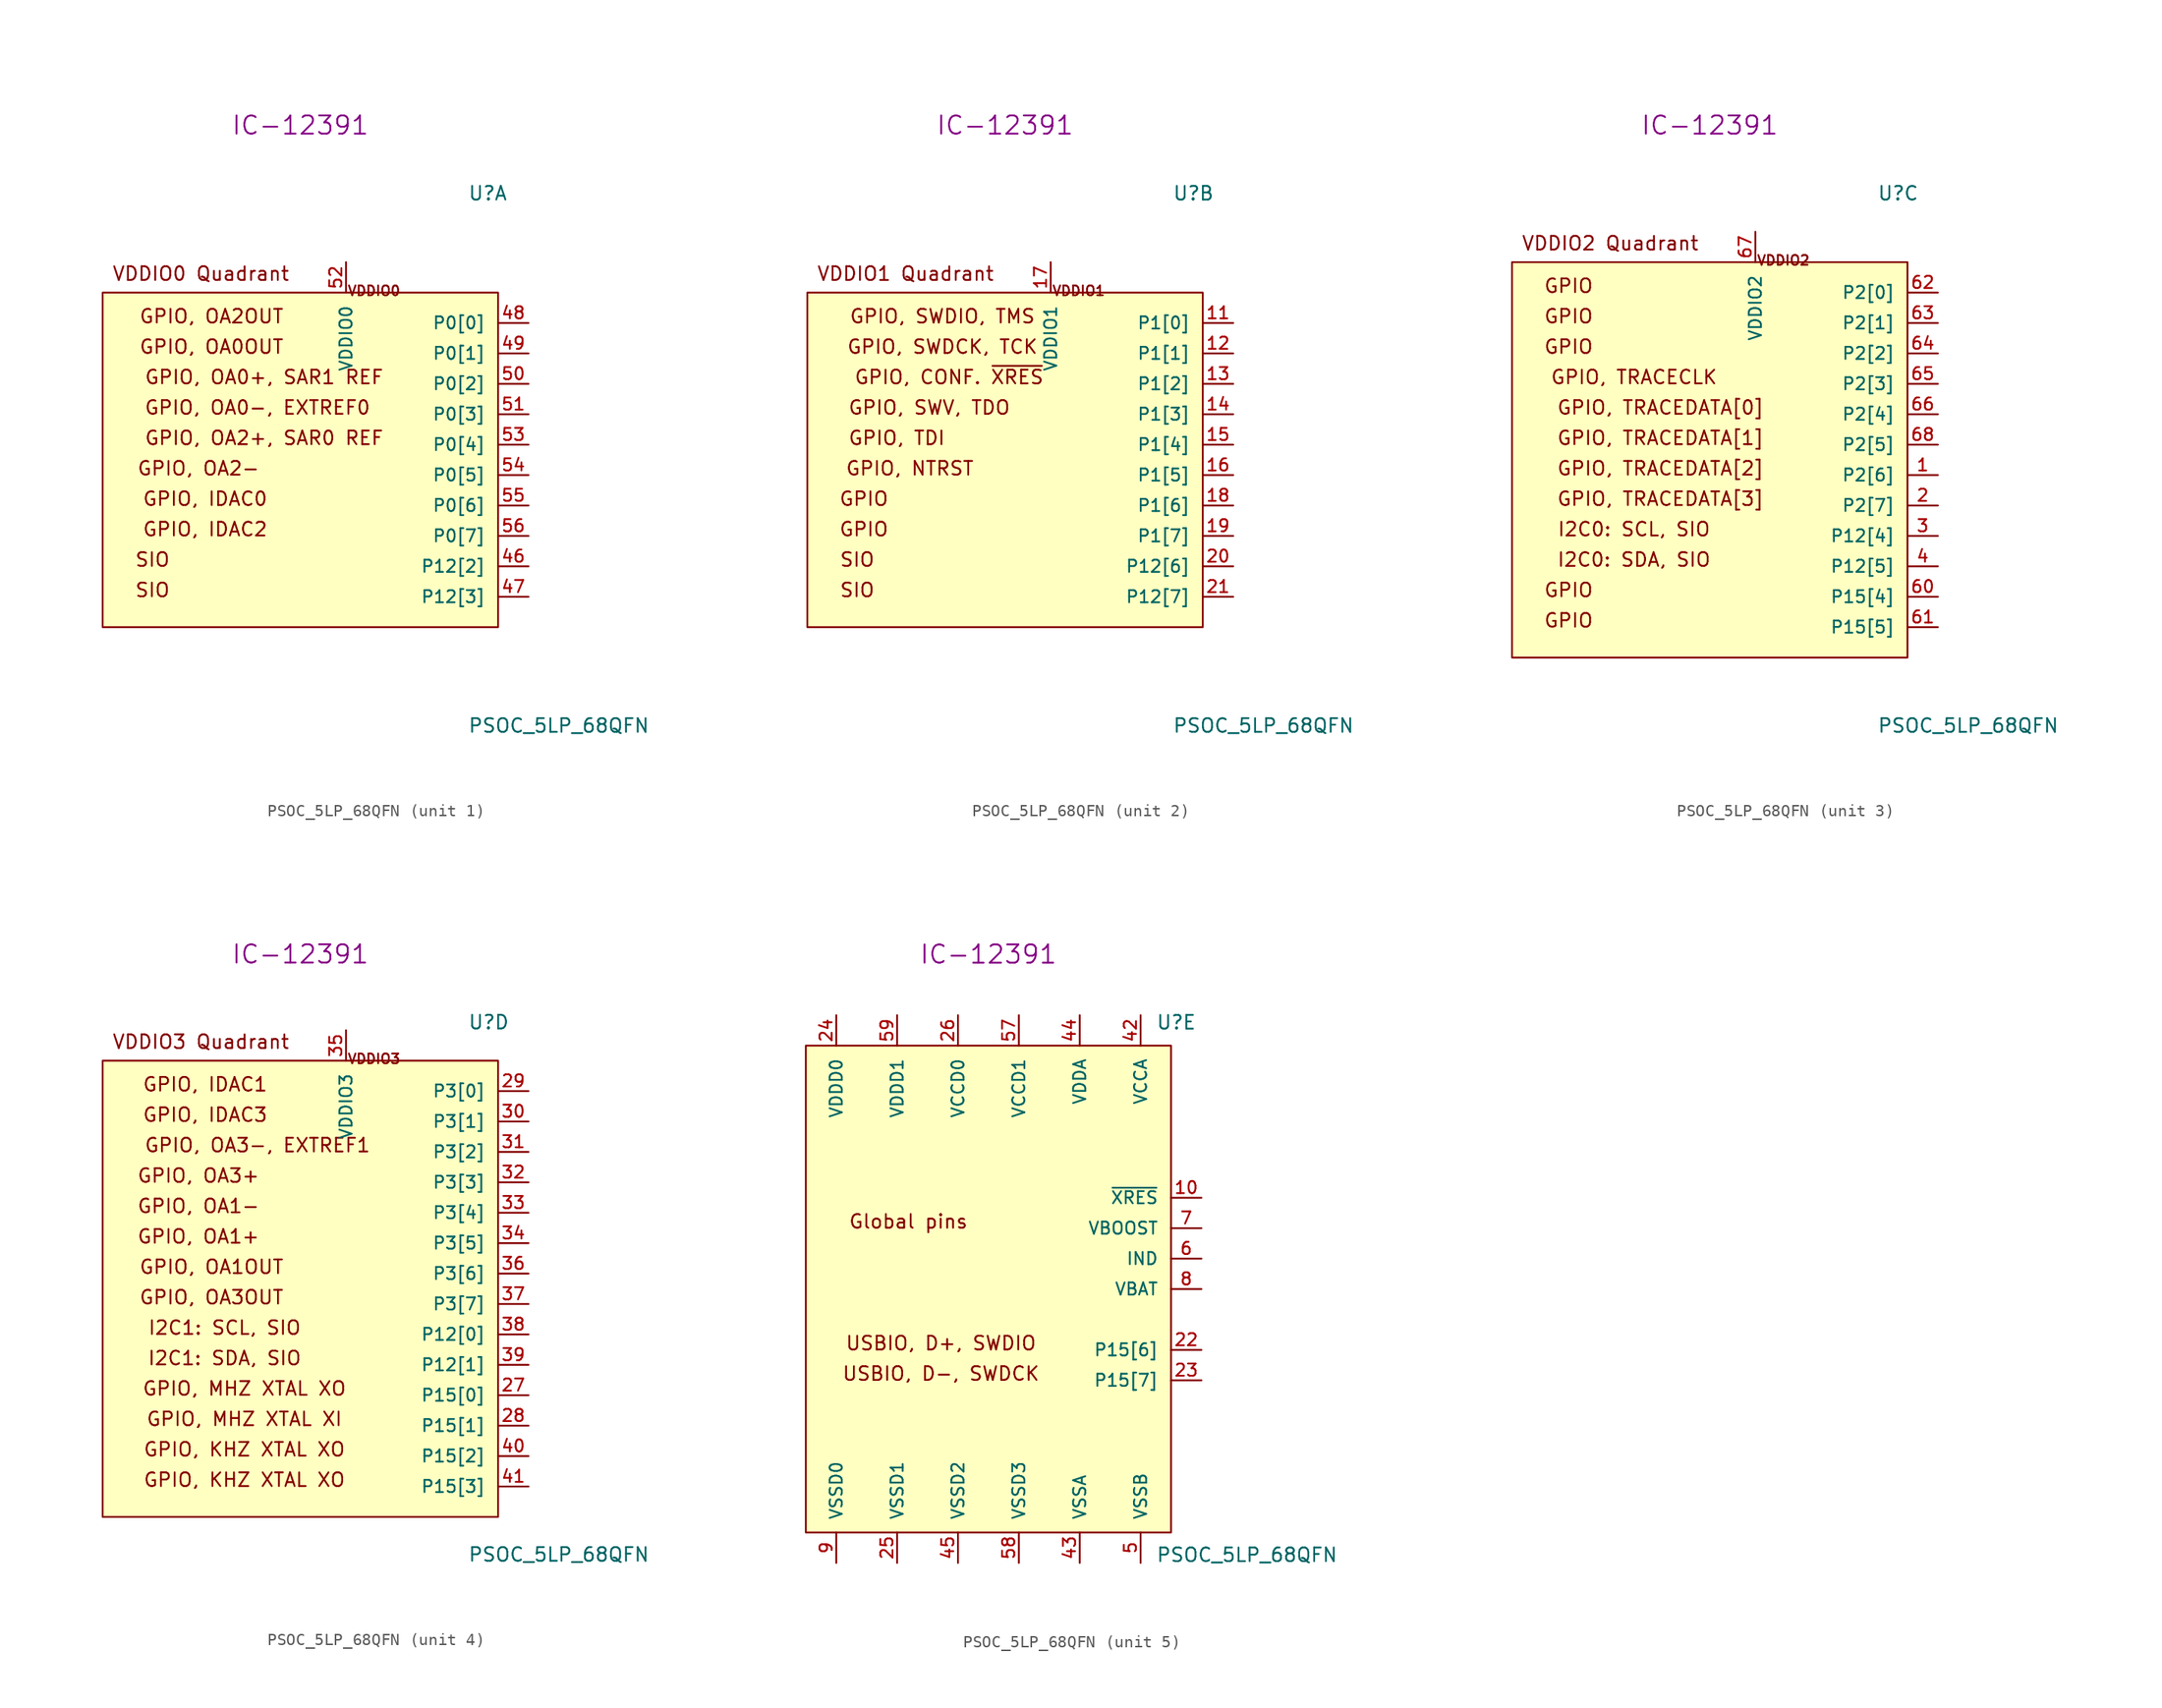
<source format=kicad_sym>
(kicad_symbol_lib
  (version 20220914)
  (generator kicad_symbol_editor)
  (symbol "PSOC_5LP_68QFN"
    (pin_names
      (offset 1.016))
    (property "Reference" "U"
      (at 13.97 21.59 0)
      (effects (font (size 1.143 1.143)) (justify left bottom)))
    (property "Value" "PSOC_5LP_68QFN"
      (at 13.97 -22.86 0)
      (effects (font (size 1.143 1.143)) (justify left bottom)))
    (property "Field4" "IC-12391"
      (at 0 27.94 0)
      (effects (font (size 1.524 1.524))))
    (property "ki_locked" ""
      (at 0 0 0)
      (effects (font (size 1.27 1.27))))
    (symbol "PSOC_5LP_68QFN_1_0"
      (text "GPIO, IDAC0" (at -7.95 -3.251 0) (effects (font (size 1.143 1.143))))
      (text "GPIO, IDAC2" (at -7.95 -5.791 0) (effects (font (size 1.143 1.143))))
      (text "GPIO, OA0+, SAR1 REF" (at -3.023 6.909 0) (effects (font (size 1.143 1.143))))
      (text "GPIO, OA0-, EXTREF0" (at -3.581 4.369 0) (effects (font (size 1.143 1.143))))
      (text "GPIO, OA0OUT" (at -7.417 9.449 0) (effects (font (size 1.143 1.143))))
      (text "GPIO, OA2+, SAR0 REF" (at -3.023 1.829 0) (effects (font (size 1.143 1.143))))
      (text "GPIO, OA2-" (at -8.509 -0.711 0) (effects (font (size 1.143 1.143))))
      (text "GPIO, OA2OUT" (at -7.417 11.989 0) (effects (font (size 1.143 1.143))))
      (text "SIO" (at -12.344 -10.871 0) (effects (font (size 1.143 1.143))))
      (text "SIO" (at -12.344 -8.331 0) (effects (font (size 1.143 1.143))))
      (text "VDDIO0" (at 6.147 14.122 0) (effects (font (size 0.813 0.813))))
      (text "VDDIO0 Quadrant" (at -8.306 15.545 0) (effects (font (size 1.143 1.143)))))
    (symbol "PSOC_5LP_68QFN_1_1"
      (polyline (pts (xy -16.51 -13.97) (xy -16.51 13.97) (xy 16.51 13.97) (xy 16.51 -13.97) (xy -16.51 -13.97)) (stroke (width 0) (type solid)) (fill (type background)))
      (pin bidirectional line (at 19.05 -8.89 180) (length 2.54) (name "P12[2]" (effects (font (size 1.016 1.016)))) (number "46" (effects (font (size 1.016 1.016)))))
      (pin bidirectional line (at 19.05 -11.43 180) (length 2.54) (name "P12[3]" (effects (font (size 1.016 1.016)))) (number "47" (effects (font (size 1.016 1.016)))))
      (pin bidirectional line (at 19.05 11.43 180) (length 2.54) (name "P0[0]" (effects (font (size 1.016 1.016)))) (number "48" (effects (font (size 1.016 1.016)))))
      (pin bidirectional line (at 19.05 8.89 180) (length 2.54) (name "P0[1]" (effects (font (size 1.016 1.016)))) (number "49" (effects (font (size 1.016 1.016)))))
      (pin bidirectional line (at 19.05 6.35 180) (length 2.54) (name "P0[2]" (effects (font (size 1.016 1.016)))) (number "50" (effects (font (size 1.016 1.016)))))
      (pin bidirectional line (at 19.05 3.81 180) (length 2.54) (name "P0[3]" (effects (font (size 1.016 1.016)))) (number "51" (effects (font (size 1.016 1.016)))))
      (pin bidirectional line (at 3.81 16.51 270) (length 2.54) (name "VDDIO0" (effects (font (size 1.016 1.016)))) (number "52" (effects (font (size 1.016 1.016)))))
      (pin bidirectional line (at 19.05 1.27 180) (length 2.54) (name "P0[4]" (effects (font (size 1.016 1.016)))) (number "53" (effects (font (size 1.016 1.016)))))
      (pin bidirectional line (at 19.05 -1.27 180) (length 2.54) (name "P0[5]" (effects (font (size 1.016 1.016)))) (number "54" (effects (font (size 1.016 1.016)))))
      (pin bidirectional line (at 19.05 -3.81 180) (length 2.54) (name "P0[6]" (effects (font (size 1.016 1.016)))) (number "55" (effects (font (size 1.016 1.016)))))
      (pin bidirectional line (at 19.05 -6.35 180) (length 2.54) (name "P0[7]" (effects (font (size 1.016 1.016)))) (number "56" (effects (font (size 1.016 1.016))))))
    (symbol "PSOC_5LP_68QFN_2_0"
      (text "GPIO" (at -11.786 -5.791 0) (effects (font (size 1.143 1.143))))
      (text "GPIO" (at -11.786 -3.251 0) (effects (font (size 1.143 1.143))))
      (text "GPIO, CONF. ~{XRES}" (at -4.674 6.909 0) (effects (font (size 1.143 1.143))))
      (text "GPIO, NTRST" (at -7.95 -0.711 0) (effects (font (size 1.143 1.143))))
      (text "GPIO, SWDCK, TCK" (at -5.232 9.449 0) (effects (font (size 1.143 1.143))))
      (text "GPIO, SWDIO, TMS" (at -5.232 11.989 0) (effects (font (size 1.143 1.143))))
      (text "GPIO, SWV, TDO" (at -6.325 4.369 0) (effects (font (size 1.143 1.143))))
      (text "GPIO, TDI" (at -9.042 1.829 0) (effects (font (size 1.143 1.143))))
      (text "SIO" (at -12.344 -10.871 0) (effects (font (size 1.143 1.143))))
      (text "SIO" (at -12.344 -8.331 0) (effects (font (size 1.143 1.143))))
      (text "VDDIO1" (at 6.147 14.122 0) (effects (font (size 0.813 0.813))))
      (text "VDDIO1 Quadrant" (at -8.306 15.545 0) (effects (font (size 1.143 1.143)))))
    (symbol "PSOC_5LP_68QFN_2_1"
      (polyline (pts (xy -16.51 -13.97) (xy -16.51 13.97) (xy 16.51 13.97) (xy 16.51 -13.97) (xy -16.51 -13.97)) (stroke (width 0) (type solid)) (fill (type background)))
      (pin bidirectional line (at 19.05 11.43 180) (length 2.54) (name "P1[0]" (effects (font (size 1.016 1.016)))) (number "11" (effects (font (size 1.016 1.016)))))
      (pin bidirectional line (at 19.05 8.89 180) (length 2.54) (name "P1[1]" (effects (font (size 1.016 1.016)))) (number "12" (effects (font (size 1.016 1.016)))))
      (pin bidirectional line (at 19.05 6.35 180) (length 2.54) (name "P1[2]" (effects (font (size 1.016 1.016)))) (number "13" (effects (font (size 1.016 1.016)))))
      (pin bidirectional line (at 19.05 3.81 180) (length 2.54) (name "P1[3]" (effects (font (size 1.016 1.016)))) (number "14" (effects (font (size 1.016 1.016)))))
      (pin bidirectional line (at 19.05 1.27 180) (length 2.54) (name "P1[4]" (effects (font (size 1.016 1.016)))) (number "15" (effects (font (size 1.016 1.016)))))
      (pin bidirectional line (at 19.05 -1.27 180) (length 2.54) (name "P1[5]" (effects (font (size 1.016 1.016)))) (number "16" (effects (font (size 1.016 1.016)))))
      (pin bidirectional line (at 3.81 16.51 270) (length 2.54) (name "VDDIO1" (effects (font (size 1.016 1.016)))) (number "17" (effects (font (size 1.016 1.016)))))
      (pin bidirectional line (at 19.05 -3.81 180) (length 2.54) (name "P1[6]" (effects (font (size 1.016 1.016)))) (number "18" (effects (font (size 1.016 1.016)))))
      (pin bidirectional line (at 19.05 -6.35 180) (length 2.54) (name "P1[7]" (effects (font (size 1.016 1.016)))) (number "19" (effects (font (size 1.016 1.016)))))
      (pin bidirectional line (at 19.05 -8.89 180) (length 2.54) (name "P12[6]" (effects (font (size 1.016 1.016)))) (number "20" (effects (font (size 1.016 1.016)))))
      (pin bidirectional line (at 19.05 -11.43 180) (length 2.54) (name "P12[7]" (effects (font (size 1.016 1.016)))) (number "21" (effects (font (size 1.016 1.016))))))
    (symbol "PSOC_5LP_68QFN_3_0"
      (text "GPIO" (at -11.786 -13.411 0) (effects (font (size 1.143 1.143))))
      (text "GPIO" (at -11.786 -10.871 0) (effects (font (size 1.143 1.143))))
      (text "GPIO" (at -11.786 9.449 0) (effects (font (size 1.143 1.143))))
      (text "GPIO" (at -11.786 11.989 0) (effects (font (size 1.143 1.143))))
      (text "GPIO" (at -11.786 14.529 0) (effects (font (size 1.143 1.143))))
      (text "GPIO, TRACECLK" (at -6.325 6.909 0) (effects (font (size 1.143 1.143))))
      (text "GPIO, TRACEDATA[0]" (at -4.115 4.369 0) (effects (font (size 1.143 1.143))))
      (text "GPIO, TRACEDATA[1]" (at -4.115 1.829 0) (effects (font (size 1.143 1.143))))
      (text "GPIO, TRACEDATA[2]" (at -4.115 -0.711 0) (effects (font (size 1.143 1.143))))
      (text "GPIO, TRACEDATA[3]" (at -4.115 -3.251 0) (effects (font (size 1.143 1.143))))
      (text "I2C0: SCL, SIO" (at -6.325 -5.791 0) (effects (font (size 1.143 1.143))))
      (text "I2C0: SDA, SIO" (at -6.325 -8.331 0) (effects (font (size 1.143 1.143))))
      (text "VDDIO2" (at 6.147 16.662 0) (effects (font (size 0.813 0.813))))
      (text "VDDIO2 Quadrant" (at -8.306 18.085 0) (effects (font (size 1.143 1.143)))))
    (symbol "PSOC_5LP_68QFN_3_1"
      (polyline (pts (xy -16.51 -16.51) (xy -16.51 16.51) (xy 16.51 16.51) (xy 16.51 -16.51) (xy -16.51 -16.51)) (stroke (width 0) (type solid)) (fill (type background)))
      (pin bidirectional line (at 19.05 -1.27 180) (length 2.54) (name "P2[6]" (effects (font (size 1.016 1.016)))) (number "1" (effects (font (size 1.016 1.016)))))
      (pin bidirectional line (at 19.05 -3.81 180) (length 2.54) (name "P2[7]" (effects (font (size 1.016 1.016)))) (number "2" (effects (font (size 1.016 1.016)))))
      (pin bidirectional line (at 19.05 -6.35 180) (length 2.54) (name "P12[4]" (effects (font (size 1.016 1.016)))) (number "3" (effects (font (size 1.016 1.016)))))
      (pin bidirectional line (at 19.05 -8.89 180) (length 2.54) (name "P12[5]" (effects (font (size 1.016 1.016)))) (number "4" (effects (font (size 1.016 1.016)))))
      (pin bidirectional line (at 19.05 -11.43 180) (length 2.54) (name "P15[4]" (effects (font (size 1.016 1.016)))) (number "60" (effects (font (size 1.016 1.016)))))
      (pin bidirectional line (at 19.05 -13.97 180) (length 2.54) (name "P15[5]" (effects (font (size 1.016 1.016)))) (number "61" (effects (font (size 1.016 1.016)))))
      (pin bidirectional line (at 19.05 13.97 180) (length 2.54) (name "P2[0]" (effects (font (size 1.016 1.016)))) (number "62" (effects (font (size 1.016 1.016)))))
      (pin bidirectional line (at 19.05 11.43 180) (length 2.54) (name "P2[1]" (effects (font (size 1.016 1.016)))) (number "63" (effects (font (size 1.016 1.016)))))
      (pin bidirectional line (at 19.05 8.89 180) (length 2.54) (name "P2[2]" (effects (font (size 1.016 1.016)))) (number "64" (effects (font (size 1.016 1.016)))))
      (pin bidirectional line (at 19.05 6.35 180) (length 2.54) (name "P2[3]" (effects (font (size 1.016 1.016)))) (number "65" (effects (font (size 1.016 1.016)))))
      (pin bidirectional line (at 19.05 3.81 180) (length 2.54) (name "P2[4]" (effects (font (size 1.016 1.016)))) (number "66" (effects (font (size 1.016 1.016)))))
      (pin bidirectional line (at 3.81 19.05 270) (length 2.54) (name "VDDIO2" (effects (font (size 1.016 1.016)))) (number "67" (effects (font (size 1.016 1.016)))))
      (pin bidirectional line (at 19.05 1.27 180) (length 2.54) (name "P2[5]" (effects (font (size 1.016 1.016)))) (number "68" (effects (font (size 1.016 1.016))))))
    (symbol "PSOC_5LP_68QFN_4_0"
      (text "GPIO, IDAC1" (at -7.95 17.069 0) (effects (font (size 1.143 1.143))))
      (text "GPIO, IDAC3" (at -7.95 14.529 0) (effects (font (size 1.143 1.143))))
      (text "GPIO, KHZ XTAL XO" (at -4.674 -15.951 0) (effects (font (size 1.143 1.143))))
      (text "GPIO, KHZ XTAL XO" (at -4.674 -13.411 0) (effects (font (size 1.143 1.143))))
      (text "GPIO, MHZ XTAL XI" (at -4.674 -10.871 0) (effects (font (size 1.143 1.143))))
      (text "GPIO, MHZ XTAL XO" (at -4.674 -8.331 0) (effects (font (size 1.143 1.143))))
      (text "GPIO, OA1+" (at -8.509 4.369 0) (effects (font (size 1.143 1.143))))
      (text "GPIO, OA1-" (at -8.509 6.909 0) (effects (font (size 1.143 1.143))))
      (text "GPIO, OA1OUT" (at -7.417 1.829 0) (effects (font (size 1.143 1.143))))
      (text "GPIO, OA3+" (at -8.509 9.449 0) (effects (font (size 1.143 1.143))))
      (text "GPIO, OA3-, EXTREF1" (at -3.581 11.989 0) (effects (font (size 1.143 1.143))))
      (text "GPIO, OA3OUT" (at -7.417 -0.711 0) (effects (font (size 1.143 1.143))))
      (text "I2C1: SCL, SIO" (at -6.325 -3.251 0) (effects (font (size 1.143 1.143))))
      (text "I2C1: SDA, SIO" (at -6.325 -5.791 0) (effects (font (size 1.143 1.143))))
      (text "VDDIO3" (at 6.147 19.202 0) (effects (font (size 0.813 0.813))))
      (text "VDDIO3 Quadrant" (at -8.306 20.625 0) (effects (font (size 1.143 1.143)))))
    (symbol "PSOC_5LP_68QFN_4_1"
      (polyline (pts (xy -16.51 -19.05) (xy -16.51 19.05) (xy 16.51 19.05) (xy 16.51 -19.05) (xy -16.51 -19.05)) (stroke (width 0) (type solid)) (fill (type background)))
      (pin bidirectional line (at 19.05 -8.89 180) (length 2.54) (name "P15[0]" (effects (font (size 1.016 1.016)))) (number "27" (effects (font (size 1.016 1.016)))))
      (pin bidirectional line (at 19.05 -11.43 180) (length 2.54) (name "P15[1]" (effects (font (size 1.016 1.016)))) (number "28" (effects (font (size 1.016 1.016)))))
      (pin bidirectional line (at 19.05 16.51 180) (length 2.54) (name "P3[0]" (effects (font (size 1.016 1.016)))) (number "29" (effects (font (size 1.016 1.016)))))
      (pin bidirectional line (at 19.05 13.97 180) (length 2.54) (name "P3[1]" (effects (font (size 1.016 1.016)))) (number "30" (effects (font (size 1.016 1.016)))))
      (pin bidirectional line (at 19.05 11.43 180) (length 2.54) (name "P3[2]" (effects (font (size 1.016 1.016)))) (number "31" (effects (font (size 1.016 1.016)))))
      (pin bidirectional line (at 19.05 8.89 180) (length 2.54) (name "P3[3]" (effects (font (size 1.016 1.016)))) (number "32" (effects (font (size 1.016 1.016)))))
      (pin bidirectional line (at 19.05 6.35 180) (length 2.54) (name "P3[4]" (effects (font (size 1.016 1.016)))) (number "33" (effects (font (size 1.016 1.016)))))
      (pin bidirectional line (at 19.05 3.81 180) (length 2.54) (name "P3[5]" (effects (font (size 1.016 1.016)))) (number "34" (effects (font (size 1.016 1.016)))))
      (pin bidirectional line (at 3.81 21.59 270) (length 2.54) (name "VDDIO3" (effects (font (size 1.016 1.016)))) (number "35" (effects (font (size 1.016 1.016)))))
      (pin bidirectional line (at 19.05 1.27 180) (length 2.54) (name "P3[6]" (effects (font (size 1.016 1.016)))) (number "36" (effects (font (size 1.016 1.016)))))
      (pin bidirectional line (at 19.05 -1.27 180) (length 2.54) (name "P3[7]" (effects (font (size 1.016 1.016)))) (number "37" (effects (font (size 1.016 1.016)))))
      (pin bidirectional line (at 19.05 -3.81 180) (length 2.54) (name "P12[0]" (effects (font (size 1.016 1.016)))) (number "38" (effects (font (size 1.016 1.016)))))
      (pin bidirectional line (at 19.05 -6.35 180) (length 2.54) (name "P12[1]" (effects (font (size 1.016 1.016)))) (number "39" (effects (font (size 1.016 1.016)))))
      (pin bidirectional line (at 19.05 -13.97 180) (length 2.54) (name "P15[2]" (effects (font (size 1.016 1.016)))) (number "40" (effects (font (size 1.016 1.016)))))
      (pin bidirectional line (at 19.05 -16.51 180) (length 2.54) (name "P15[3]" (effects (font (size 1.016 1.016)))) (number "41" (effects (font (size 1.016 1.016))))))
    (symbol "PSOC_5LP_68QFN_5_0"
      (text "Global pins" (at -6.68 5.639 0) (effects (font (size 1.143 1.143))))
      (text "USBIO, D+, SWDIO" (at -3.962 -4.521 0) (effects (font (size 1.143 1.143))))
      (text "USBIO, D-, SWDCK" (at -3.962 -7.061 0) (effects (font (size 1.143 1.143)))))
    (symbol "PSOC_5LP_68QFN_5_1"
      (polyline (pts (xy -15.24 -20.32) (xy -15.24 20.32) (xy 15.24 20.32) (xy 15.24 -20.32) (xy -15.24 -20.32)) (stroke (width 0) (type solid)) (fill (type background)))
      (pin bidirectional line (at 17.78 7.62 180) (length 2.54) (name "~{XRES}" (effects (font (size 1.016 1.016)))) (number "10" (effects (font (size 1.016 1.016)))))
      (pin bidirectional line (at 17.78 -5.08 180) (length 2.54) (name "P15[6]" (effects (font (size 1.016 1.016)))) (number "22" (effects (font (size 1.016 1.016)))))
      (pin bidirectional line (at 17.78 -7.62 180) (length 2.54) (name "P15[7]" (effects (font (size 1.016 1.016)))) (number "23" (effects (font (size 1.016 1.016)))))
      (pin bidirectional line (at -12.7 22.86 270) (length 2.54) (name "VDDD0" (effects (font (size 1.016 1.016)))) (number "24" (effects (font (size 1.016 1.016)))))
      (pin bidirectional line (at -7.62 -22.86 90) (length 2.54) (name "VSSD1" (effects (font (size 1.016 1.016)))) (number "25" (effects (font (size 1.016 1.016)))))
      (pin bidirectional line (at -2.54 22.86 270) (length 2.54) (name "VCCD0" (effects (font (size 1.016 1.016)))) (number "26" (effects (font (size 1.016 1.016)))))
      (pin bidirectional line (at 12.7 22.86 270) (length 2.54) (name "VCCA" (effects (font (size 1.016 1.016)))) (number "42" (effects (font (size 1.016 1.016)))))
      (pin bidirectional line (at 7.62 -22.86 90) (length 2.54) (name "VSSA" (effects (font (size 1.016 1.016)))) (number "43" (effects (font (size 1.016 1.016)))))
      (pin bidirectional line (at 7.62 22.86 270) (length 2.54) (name "VDDA" (effects (font (size 1.016 1.016)))) (number "44" (effects (font (size 1.016 1.016)))))
      (pin bidirectional line (at -2.54 -22.86 90) (length 2.54) (name "VSSD2" (effects (font (size 1.016 1.016)))) (number "45" (effects (font (size 1.016 1.016)))))
      (pin bidirectional line (at 12.7 -22.86 90) (length 2.54) (name "VSSB" (effects (font (size 1.016 1.016)))) (number "5" (effects (font (size 1.016 1.016)))))
      (pin bidirectional line (at 2.54 22.86 270) (length 2.54) (name "VCCD1" (effects (font (size 1.016 1.016)))) (number "57" (effects (font (size 1.016 1.016)))))
      (pin bidirectional line (at 2.54 -22.86 90) (length 2.54) (name "VSSD3" (effects (font (size 1.016 1.016)))) (number "58" (effects (font (size 1.016 1.016)))))
      (pin bidirectional line (at -7.62 22.86 270) (length 2.54) (name "VDDD1" (effects (font (size 1.016 1.016)))) (number "59" (effects (font (size 1.016 1.016)))))
      (pin bidirectional line (at 17.78 2.54 180) (length 2.54) (name "IND" (effects (font (size 1.016 1.016)))) (number "6" (effects (font (size 1.016 1.016)))))
      (pin bidirectional line (at -12.7 -22.86 90) (length 2.54) hide (name "VSSD0" (effects (font (size 1.016 1.016)))) (number "69" (effects (font (size 1.016 1.016)))))
      (pin bidirectional line (at 17.78 5.08 180) (length 2.54) (name "VBOOST" (effects (font (size 1.016 1.016)))) (number "7" (effects (font (size 1.016 1.016)))))
      (pin bidirectional line (at 17.78 0 180) (length 2.54) (name "VBAT" (effects (font (size 1.016 1.016)))) (number "8" (effects (font (size 1.016 1.016)))))
      (pin bidirectional line (at -12.7 -22.86 90) (length 2.54) (name "VSSD0" (effects (font (size 1.016 1.016)))) (number "9" (effects (font (size 1.016 1.016))))))))
</source>
